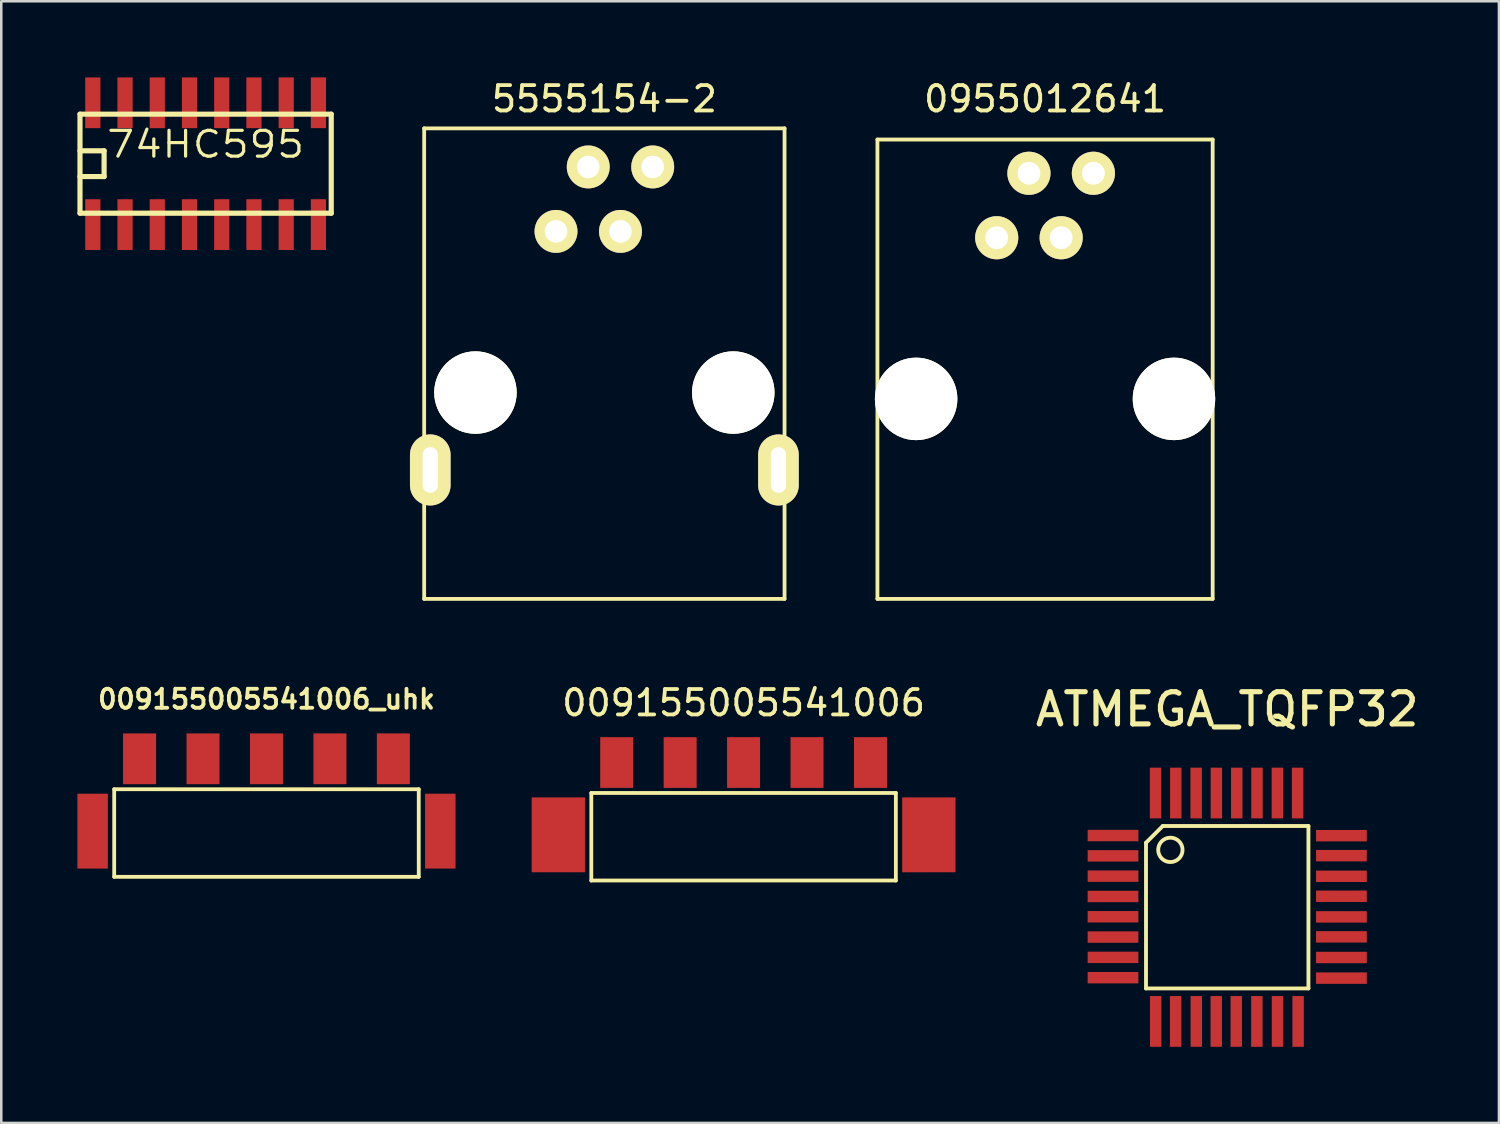
<source format=kicad_pcb>
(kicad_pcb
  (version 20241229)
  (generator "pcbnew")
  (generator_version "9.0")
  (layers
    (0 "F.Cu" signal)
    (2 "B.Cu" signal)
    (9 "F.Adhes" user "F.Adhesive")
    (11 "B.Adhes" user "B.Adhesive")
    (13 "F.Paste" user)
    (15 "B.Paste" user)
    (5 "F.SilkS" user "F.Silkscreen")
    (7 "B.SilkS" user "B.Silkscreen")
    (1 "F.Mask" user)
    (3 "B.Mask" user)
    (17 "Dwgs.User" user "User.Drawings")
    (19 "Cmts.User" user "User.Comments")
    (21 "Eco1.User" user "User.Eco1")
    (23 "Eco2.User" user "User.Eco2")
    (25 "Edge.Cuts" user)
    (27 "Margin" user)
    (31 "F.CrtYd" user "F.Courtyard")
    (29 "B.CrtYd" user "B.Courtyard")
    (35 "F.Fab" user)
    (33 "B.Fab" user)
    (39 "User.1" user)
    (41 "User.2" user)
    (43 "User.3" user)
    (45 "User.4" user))
  (footprint "009155005541006_uhk"
    (layer "F.Cu")
    (at 7.45 31.5)
    (property "Reference" "009155005541006_uhk" (at 0 -7 0) (layer "F.SilkS") (effects (font (size 0.75 0.75) (thickness 0.15))))
    (attr through_hole)
    (fp_line (start -6 -3.45) (end -6 0) (stroke (width 0.15) (type solid)) (layer "F.SilkS"))
    (fp_line (start -6 0) (end 6 0) (stroke (width 0.15) (type solid)) (layer "F.SilkS"))
    (fp_line (start 6 -3.45) (end -6 -3.45) (stroke (width 0.15) (type solid)) (layer "F.SilkS"))
    (fp_line (start 6 0) (end 6 -3.45) (stroke (width 0.15) (type solid)) (layer "F.SilkS"))
    (pad "" smd rect (at -6.85 -1.8) (size 1.2 2.95) (layers "F.Cu" "F.Mask" "F.Paste"))
    (pad "" smd rect (at 6.85 -1.8) (size 1.2 2.95) (layers "F.Cu" "F.Mask" "F.Paste"))
    (pad "1" smd rect (at 5 -4.65) (size 1.3 2) (layers "F.Cu" "F.Mask" "F.Paste"))
    (pad "2" smd rect (at 2.5 -4.65) (size 1.3 2) (layers "F.Cu" "F.Mask" "F.Paste"))
    (pad "3" smd rect (at 0 -4.65) (size 1.3 2) (layers "F.Cu" "F.Mask" "F.Paste"))
    (pad "4" smd rect (at -2.5 -4.65) (size 1.3 2) (layers "F.Cu" "F.Mask" "F.Paste"))
    (pad "5" smd rect (at -5 -4.65) (size 1.3 2) (layers "F.Cu" "F.Mask" "F.Paste")))
  (footprint "5555154-2"
    (layer "F.Cu")
    (at 20.764 20.548)
    (property "Reference" "5555154-2" (at 0 -19.7 0) (layer "F.SilkS") (effects (font (size 1 1) (thickness 0.15))))
    (attr through_hole)
    (fp_line (start -7.1 -18.54) (end -7.1 0) (stroke (width 0.15) (type solid)) (layer "F.SilkS"))
    (fp_line (start -7.1 0) (end 7.1 0) (stroke (width 0.15) (type solid)) (layer "F.SilkS"))
    (fp_line (start 7.1 -18.54) (end -7.1 -18.54) (stroke (width 0.15) (type solid)) (layer "F.SilkS"))
    (fp_line (start 7.1 0) (end 7.1 -18.54) (stroke (width 0.15) (type solid)) (layer "F.SilkS"))
    (pad "" np_thru_hole circle (at -5.08 -8.13) (size 3.25 3.25) (drill 3.25) (layers "*.Cu" "*.Mask" "F.SilkS"))
    (pad "" np_thru_hole circle (at 5.08 -8.13) (size 3.25 3.25) (drill 3.25) (layers "*.Cu" "*.Mask" "F.SilkS"))
    (pad "1" thru_hole circle (at 1.905 -17.02) (size 1.69 1.69) (drill 0.89) (layers "*.Cu" "*.Mask" "F.SilkS"))
    (pad "2" thru_hole circle (at 0.635 -14.48) (size 1.69 1.69) (drill 0.89) (layers "*.Cu" "*.Mask" "F.SilkS"))
    (pad "3" thru_hole circle (at -0.635 -17.02) (size 1.69 1.69) (drill 0.89) (layers "*.Cu" "*.Mask" "F.SilkS"))
    (pad "4" thru_hole circle (at -1.905 -14.48) (size 1.69 1.69) (drill 0.89) (layers "*.Cu" "*.Mask" "F.SilkS"))
    (pad "5" thru_hole oval (at -6.86 -5.08) (size 1.6 2.8) (drill oval 0.6 1.8) (layers "*.Cu" "*.Mask" "F.SilkS"))
    (pad "5" thru_hole oval (at 6.86 -5.08) (size 1.6 2.8) (drill oval 0.6 1.8) (layers "*.Cu" "*.Mask" "F.SilkS")))
  (footprint "74HC595"
    (layer "F.Cu")
    (at 5.052 3.4)
    (property "Reference" "74HC595" (at 0 -0.762 0) (layer "F.SilkS") (effects (font (size 1.016 1.143) (thickness 0.127))))
    (attr smd)
    (fp_line (start -4.95 -1.951) (end 4.95 -1.951) (stroke (width 0.203) (type solid)) (layer "F.SilkS"))
    (fp_line (start -4.95 -0.508) (end -4 -0.508) (stroke (width 0.203) (type solid)) (layer "F.SilkS"))
    (fp_line (start -4.95 1.951) (end -4.95 -1.951) (stroke (width 0.203) (type solid)) (layer "F.SilkS"))
    (fp_line (start -4 -0.508) (end -4 0.508) (stroke (width 0.203) (type solid)) (layer "F.SilkS"))
    (fp_line (start -4 0.508) (end -4.95 0.508) (stroke (width 0.203) (type solid)) (layer "F.SilkS"))
    (fp_line (start 4.95 -1.951) (end 4.95 1.951) (stroke (width 0.203) (type solid)) (layer "F.SilkS"))
    (fp_line (start 4.95 1.951) (end -4.95 1.951) (stroke (width 0.203) (type solid)) (layer "F.SilkS"))
    (pad "1" smd rect (at -4.445 2.4) (size 0.599 1.999) (layers "F.Cu" "F.Mask" "F.Paste"))
    (pad "2" smd rect (at -3.175 2.4) (size 0.599 1.999) (layers "F.Cu" "F.Mask" "F.Paste"))
    (pad "3" smd rect (at -1.905 2.4) (size 0.599 1.999) (layers "F.Cu" "F.Mask" "F.Paste"))
    (pad "4" smd rect (at -0.635 2.4) (size 0.599 1.999) (layers "F.Cu" "F.Mask" "F.Paste"))
    (pad "5" smd rect (at 0.635 2.4) (size 0.599 1.999) (layers "F.Cu" "F.Mask" "F.Paste"))
    (pad "6" smd rect (at 1.905 2.4) (size 0.599 1.999) (layers "F.Cu" "F.Mask" "F.Paste"))
    (pad "7" smd rect (at 3.175 2.4) (size 0.599 1.999) (layers "F.Cu" "F.Mask" "F.Paste"))
    (pad "8" smd rect (at 4.445 2.4) (size 0.599 1.999) (layers "F.Cu" "F.Mask" "F.Paste"))
    (pad "9" smd rect (at 4.445 -2.4) (size 0.599 1.999) (layers "F.Cu" "F.Mask" "F.Paste"))
    (pad "10" smd rect (at 3.175 -2.4) (size 0.599 1.999) (layers "F.Cu" "F.Mask" "F.Paste"))
    (pad "11" smd rect (at 1.905 -2.4) (size 0.599 1.999) (layers "F.Cu" "F.Mask" "F.Paste"))
    (pad "12" smd rect (at 0.635 -2.4) (size 0.599 1.999) (layers "F.Cu" "F.Mask" "F.Paste"))
    (pad "13" smd rect (at -0.635 -2.4) (size 0.599 1.999) (layers "F.Cu" "F.Mask" "F.Paste"))
    (pad "14" smd rect (at -1.905 -2.4) (size 0.599 1.999) (layers "F.Cu" "F.Mask" "F.Paste"))
    (pad "15" smd rect (at -3.175 -2.4) (size 0.599 1.999) (layers "F.Cu" "F.Mask" "F.Paste"))
    (pad "16" smd rect (at -4.445 -2.4) (size 0.599 1.999) (layers "F.Cu" "F.Mask" "F.Paste")))
  (footprint "0955012641"
    (layer "F.Cu")
    (at 38.129 20.548)
    (property "Reference" "0955012641" (at 0 -19.7 0) (layer "F.SilkS") (effects (font (size 1 1) (thickness 0.15))))
    (attr through_hole)
    (fp_line (start -6.605 -18.1) (end -6.605 0) (stroke (width 0.15) (type solid)) (layer "F.SilkS"))
    (fp_line (start -6.605 0) (end 6.605 0) (stroke (width 0.15) (type solid)) (layer "F.SilkS"))
    (fp_line (start 6.605 -18.1) (end -6.605 -18.1) (stroke (width 0.15) (type solid)) (layer "F.SilkS"))
    (fp_line (start 6.605 0) (end 6.605 -18.1) (stroke (width 0.15) (type solid)) (layer "F.SilkS"))
    (pad "" np_thru_hole circle (at -5.08 -7.88) (size 3.25 3.25) (drill 3.25) (layers "*.Cu" "*.Mask" "F.SilkS"))
    (pad "" np_thru_hole circle (at 5.08 -7.88) (size 3.25 3.25) (drill 3.25) (layers "*.Cu" "*.Mask" "F.SilkS"))
    (pad "1" thru_hole circle (at 1.905 -16.77) (size 1.7 1.7) (drill 0.9) (layers "*.Cu" "*.Mask" "F.SilkS"))
    (pad "2" thru_hole circle (at 0.635 -14.23) (size 1.7 1.7) (drill 0.9) (layers "*.Cu" "*.Mask" "F.SilkS"))
    (pad "3" thru_hole circle (at -0.635 -16.77) (size 1.7 1.7) (drill 0.9) (layers "*.Cu" "*.Mask" "F.SilkS"))
    (pad "4" thru_hole circle (at -1.905 -14.23) (size 1.7 1.7) (drill 0.9) (layers "*.Cu" "*.Mask" "F.SilkS")))
  (footprint "009155005541006"
    (layer "F.Cu")
    (at 26.25 31.646)
    (property "Reference" "009155005541006" (at 0 -7 0) (layer "F.SilkS") (effects (font (size 1 1) (thickness 0.15))))
    (attr through_hole)
    (fp_line (start -6 -3.45) (end -6 0) (stroke (width 0.15) (type solid)) (layer "F.SilkS"))
    (fp_line (start -6 0) (end 6 0) (stroke (width 0.15) (type solid)) (layer "F.SilkS"))
    (fp_line (start 6 -3.45) (end -6 -3.45) (stroke (width 0.15) (type solid)) (layer "F.SilkS"))
    (fp_line (start 6 0) (end 6 -3.45) (stroke (width 0.15) (type solid)) (layer "F.SilkS"))
    (pad "" smd rect (at -7.3 -1.8) (size 2.1 2.95) (layers "F.Cu" "F.Mask" "F.Paste"))
    (pad "" smd rect (at 7.3 -1.8) (size 2.1 2.95) (layers "F.Cu" "F.Mask" "F.Paste"))
    (pad "1" smd rect (at 5 -4.65) (size 1.3 2) (layers "F.Cu" "F.Mask" "F.Paste"))
    (pad "2" smd rect (at 2.5 -4.65) (size 1.3 2) (layers "F.Cu" "F.Mask" "F.Paste"))
    (pad "3" smd rect (at 0 -4.65) (size 1.3 2) (layers "F.Cu" "F.Mask" "F.Paste"))
    (pad "4" smd rect (at -2.5 -4.65) (size 1.3 2) (layers "F.Cu" "F.Mask" "F.Paste"))
    (pad "5" smd rect (at -5 -4.65) (size 1.3 2) (layers "F.Cu" "F.Mask" "F.Paste")))
  (footprint "ATMEGA_TQFP32"
    (layer "F.Cu")
    (at 45.307 32.698)
    (property "Reference" "ATMEGA_TQFP32" (at 0 -7.8 0) (layer "F.SilkS") (effects (font (size 1.27 1.27) (thickness 0.203))))
    (attr smd)
    (fp_line (start -3.2 -2.54) (end -3.2 3.2) (stroke (width 0.152) (type solid)) (layer "F.SilkS"))
    (fp_line (start -3.2 -2.54) (end -2.54 -3.2) (stroke (width 0.152) (type solid)) (layer "F.SilkS"))
    (fp_line (start -3.2 3.2) (end 3.2 3.2) (stroke (width 0.152) (type solid)) (layer "F.SilkS"))
    (fp_line (start -2.54 -3.2) (end 3.2 -3.2) (stroke (width 0.152) (type solid)) (layer "F.SilkS"))
    (fp_line (start 3.2 3.2) (end 3.2 -3.2) (stroke (width 0.152) (type solid)) (layer "F.SilkS"))
    (fp_circle (center -2.24 -2.26) (end -1.833 -2.006) (stroke (width 0.152) (type solid)) (fill no) (layer "F.SilkS"))
    (pad "1" smd rect (at -4.5 -2.824) (size 1.999 0.45) (layers "F.Cu" "F.Mask"))
    (pad "2" smd rect (at -4.5 -2.024) (size 1.999 0.45) (layers "F.Cu" "F.Mask"))
    (pad "3" smd rect (at -4.5 -1.224) (size 1.999 0.45) (layers "F.Cu" "F.Mask"))
    (pad "4" smd rect (at -4.5 -0.424) (size 1.999 0.45) (layers "F.Cu" "F.Mask"))
    (pad "5" smd rect (at -4.5 0.376) (size 1.999 0.45) (layers "F.Cu" "F.Mask"))
    (pad "6" smd rect (at -4.5 1.176) (size 1.999 0.45) (layers "F.Cu" "F.Mask"))
    (pad "7" smd rect (at -4.5 1.976) (size 1.999 0.45) (layers "F.Cu" "F.Mask"))
    (pad "8" smd rect (at -4.5 2.776) (size 1.999 0.45) (layers "F.Cu" "F.Mask"))
    (pad "9" smd rect (at -2.819 4.5) (size 0.45 1.999) (layers "F.Cu" "F.Mask"))
    (pad "10" smd rect (at -2.032 4.5) (size 0.45 1.999) (layers "F.Cu" "F.Mask"))
    (pad "11" smd rect (at -1.219 4.5) (size 0.45 1.999) (layers "F.Cu" "F.Mask"))
    (pad "12" smd rect (at -0.432 4.5) (size 0.45 1.999) (layers "F.Cu" "F.Mask"))
    (pad "13" smd rect (at 0.356 4.5) (size 0.45 1.999) (layers "F.Cu" "F.Mask"))
    (pad "14" smd rect (at 1.168 4.5) (size 0.45 1.999) (layers "F.Cu" "F.Mask"))
    (pad "15" smd rect (at 1.981 4.5) (size 0.45 1.999) (layers "F.Cu" "F.Mask"))
    (pad "16" smd rect (at 2.794 4.5) (size 0.45 1.999) (layers "F.Cu" "F.Mask"))
    (pad "17" smd rect (at 4.5 2.794) (size 1.999 0.45) (layers "F.Cu" "F.Mask"))
    (pad "18" smd rect (at 4.5 1.981) (size 1.999 0.45) (layers "F.Cu" "F.Mask"))
    (pad "19" smd rect (at 4.5 1.168) (size 1.999 0.45) (layers "F.Cu" "F.Mask"))
    (pad "20" smd rect (at 4.5 0.381) (size 1.999 0.45) (layers "F.Cu" "F.Mask"))
    (pad "21" smd rect (at 4.5 -0.432) (size 1.999 0.45) (layers "F.Cu" "F.Mask"))
    (pad "22" smd rect (at 4.5 -1.219) (size 1.999 0.45) (layers "F.Cu" "F.Mask"))
    (pad "23" smd rect (at 4.5 -2.032) (size 1.999 0.45) (layers "F.Cu" "F.Mask"))
    (pad "24" smd rect (at 4.5 -2.819) (size 1.999 0.45) (layers "F.Cu" "F.Mask"))
    (pad "25" smd rect (at 2.774 -4.5) (size 0.45 1.999) (layers "F.Cu" "F.Mask"))
    (pad "26" smd rect (at 1.976 -4.5) (size 0.45 1.999) (layers "F.Cu" "F.Mask"))
    (pad "27" smd rect (at 1.173 -4.5) (size 0.45 1.999) (layers "F.Cu" "F.Mask"))
    (pad "28" smd rect (at 0.376 -4.5) (size 0.45 1.999) (layers "F.Cu" "F.Mask"))
    (pad "29" smd rect (at -0.427 -4.5) (size 0.45 1.999) (layers "F.Cu" "F.Mask"))
    (pad "30" smd rect (at -1.224 -4.5) (size 0.45 1.999) (layers "F.Cu" "F.Mask"))
    (pad "31" smd rect (at -2.027 -4.5) (size 0.45 1.999) (layers "F.Cu" "F.Mask"))
    (pad "32" smd rect (at -2.824 -4.5) (size 0.45 1.999) (layers "F.Cu" "F.Mask")))
  (gr_rect
    (start -3 -3)
    (end 56.014 41.197)
    (stroke (width 0.1) (type default))
    (fill no)
    (layer "Edge.Cuts")))
</source>
